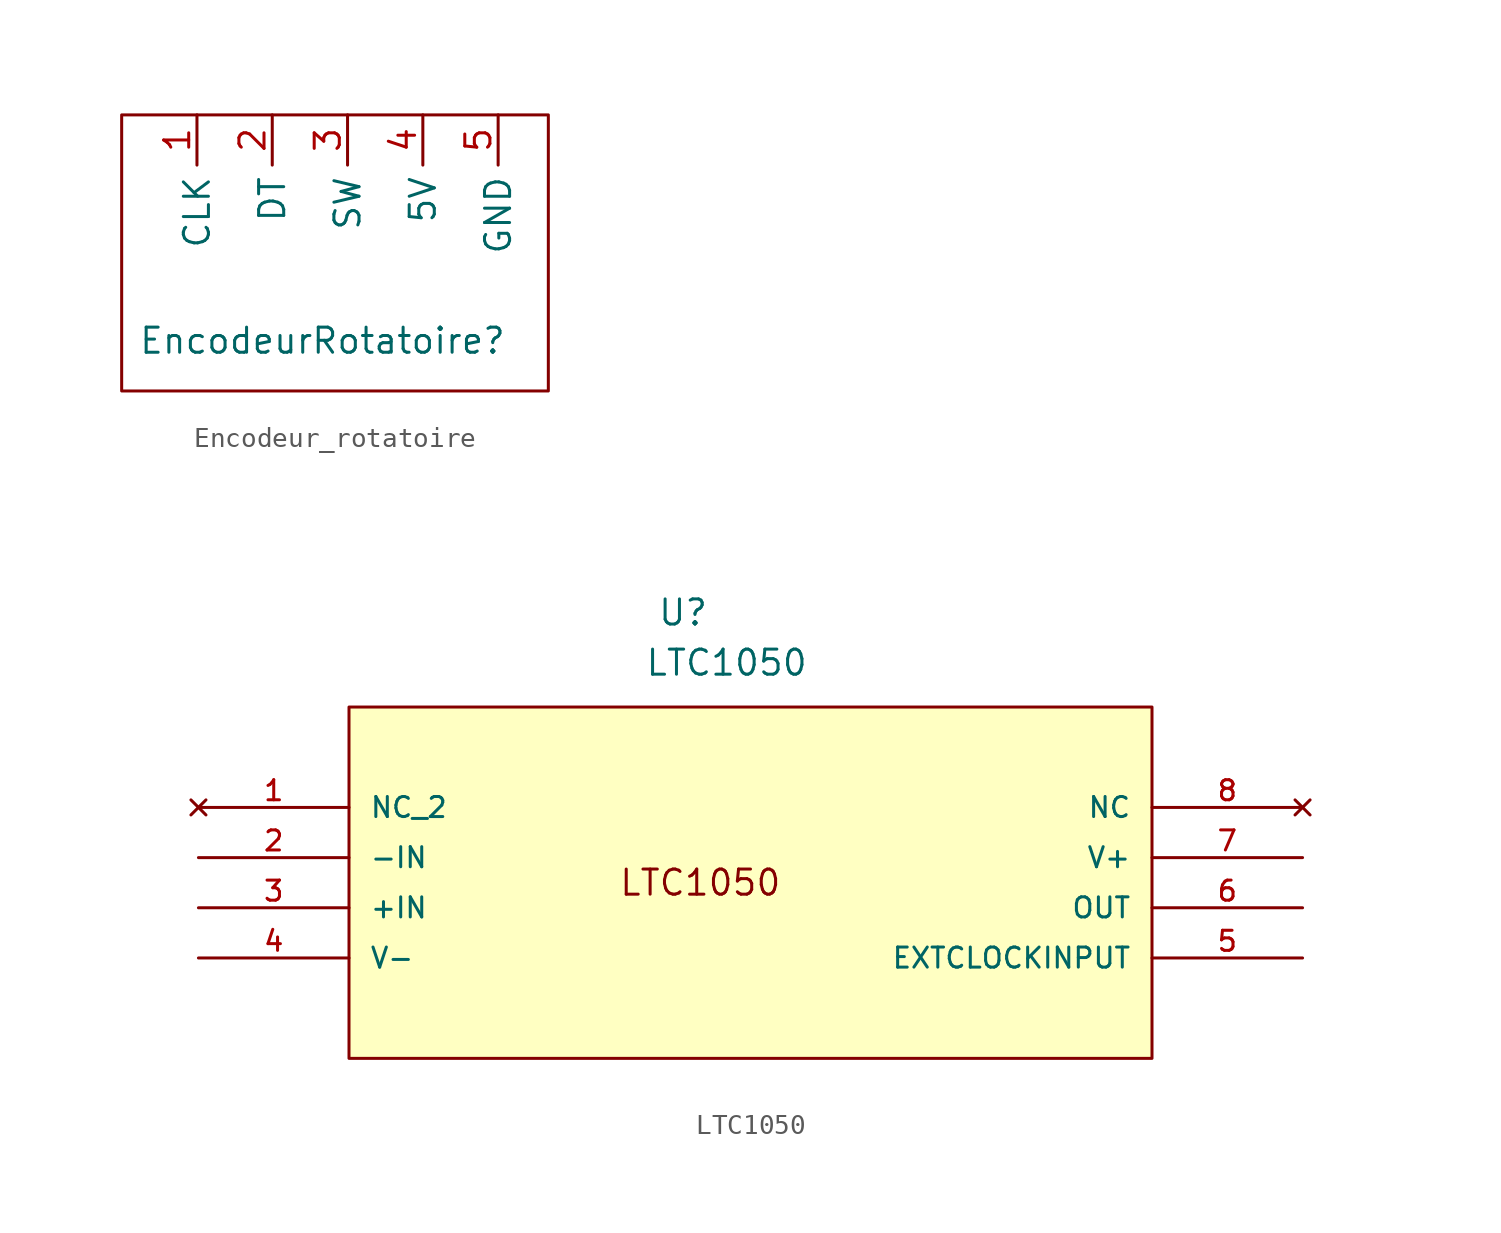
<source format=kicad_sym>
(kicad_symbol_lib
  (version 20220914)
  (generator kicad_symbol_editor)
  (symbol "Encodeur_rotatoire"
    (property "Reference" "EncodeurRotatoire"
      (at 2.54 1.27 0)
      (effects (font (size 1.27 1.27))))
    (property "Value" ""
      (at 0 0 0)
      (effects (font (size 1.27 1.27))))
    (symbol "Encodeur_rotatoire_0_1"
      (rectangle (start -7.62 12.7) (end 13.97 -1.27) (stroke (width 0) (type default)) (fill (type none))))
    (symbol "Encodeur_rotatoire_1_1"
      (pin bidirectional line (at -3.81 12.7 270) (length 2.54) (name "CLK" (effects (font (size 1.27 1.27)))) (number "1" (effects (font (size 1.27 1.27)))))
      (pin bidirectional line (at 0 12.7 270) (length 2.54) (name "DT" (effects (font (size 1.27 1.27)))) (number "2" (effects (font (size 1.27 1.27)))))
      (pin bidirectional line (at 3.81 12.7 270) (length 2.54) (name "SW" (effects (font (size 1.27 1.27)))) (number "3" (effects (font (size 1.27 1.27)))))
      (pin power_in line (at 7.62 12.7 270) (length 2.54) (name "5V" (effects (font (size 1.27 1.27)))) (number "4" (effects (font (size 1.27 1.27)))))
      (pin passive line (at 11.43 12.7 270) (length 2.54) (name "GND" (effects (font (size 1.27 1.27)))) (number "5" (effects (font (size 1.27 1.27)))))))
  (symbol "LTC1050"
    (pin_names
      (offset 1.016))
    (property "Reference" "U"
      (at 23.216 9.119 0)
      (effects (font (size 1.27 1.27)) (justify left bottom)))
    (property "Value" "LTC1050"
      (at 22.581 6.579 0)
      (effects (font (size 1.27 1.27)) (justify left bottom)))
    (symbol "LTC1050_0_0"
      (rectangle (start 7.62 -12.7) (end 48.26 5.08) (stroke (width 0.152) (type default)) (fill (type background)))
      (pin no_connect line (at 0 0 0) (length 7.62) (name "NC_2" (effects (font (size 1.016 1.016)))) (number "1" (effects (font (size 1.016 1.016)))))
      (pin input line (at 0 -2.54 0) (length 7.62) (name "-IN" (effects (font (size 1.016 1.016)))) (number "2" (effects (font (size 1.016 1.016)))))
      (pin input line (at 0 -5.08 0) (length 7.62) (name "+IN" (effects (font (size 1.016 1.016)))) (number "3" (effects (font (size 1.016 1.016)))))
      (pin power_in line (at 0 -7.62 0) (length 7.62) (name "V-" (effects (font (size 1.016 1.016)))) (number "4" (effects (font (size 1.016 1.016)))))
      (pin input line (at 55.88 -7.62 180) (length 7.62) (name "EXTCLOCKINPUT" (effects (font (size 1.016 1.016)))) (number "5" (effects (font (size 1.016 1.016)))))
      (pin output line (at 55.88 -5.08 180) (length 7.62) (name "OUT" (effects (font (size 1.016 1.016)))) (number "6" (effects (font (size 1.016 1.016)))))
      (pin power_in line (at 55.88 -2.54 180) (length 7.62) (name "V+" (effects (font (size 1.016 1.016)))) (number "7" (effects (font (size 1.016 1.016)))))
      (pin no_connect line (at 55.88 0 180) (length 7.62) (name "NC" (effects (font (size 1.016 1.016)))) (number "8" (effects (font (size 1.016 1.016))))))
    (symbol "LTC1050_1_1"
      (text "LTC1050\n" (at 25.4 -3.81 0) (effects (font (size 1.27 1.27)))))))
</source>
